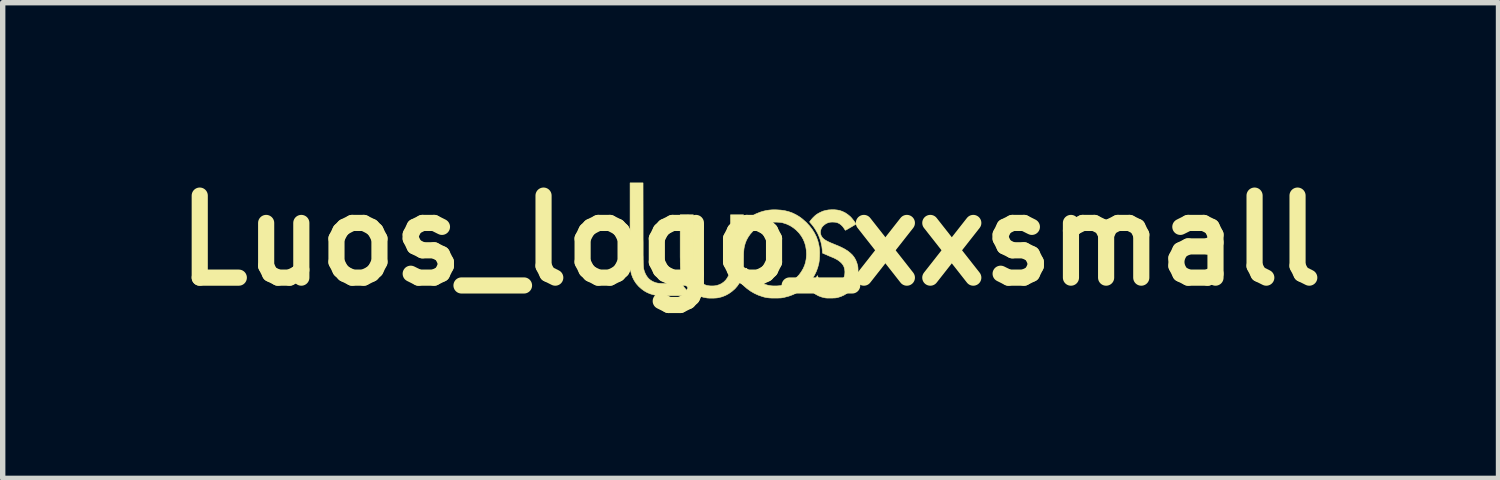
<source format=kicad_pcb>
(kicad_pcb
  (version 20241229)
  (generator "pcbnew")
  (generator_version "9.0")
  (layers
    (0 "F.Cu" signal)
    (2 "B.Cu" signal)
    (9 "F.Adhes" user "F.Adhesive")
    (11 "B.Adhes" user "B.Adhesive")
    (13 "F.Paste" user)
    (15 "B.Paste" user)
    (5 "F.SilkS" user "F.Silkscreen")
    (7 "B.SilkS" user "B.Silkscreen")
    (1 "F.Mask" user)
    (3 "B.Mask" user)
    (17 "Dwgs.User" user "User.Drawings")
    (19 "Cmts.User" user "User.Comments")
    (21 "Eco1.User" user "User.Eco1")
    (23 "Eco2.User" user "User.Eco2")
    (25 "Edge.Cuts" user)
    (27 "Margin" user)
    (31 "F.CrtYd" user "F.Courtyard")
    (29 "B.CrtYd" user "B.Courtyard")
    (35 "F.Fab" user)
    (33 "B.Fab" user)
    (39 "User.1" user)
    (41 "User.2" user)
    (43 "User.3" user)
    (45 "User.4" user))
  (footprint "Luos_logo_xxsmall"
    (layer "F.Cu")
    (at 10.893 1.418)
    (property "Reference" "Luos_logo_xxsmall" (at 0 0 0) (layer "F.SilkS") (effects (font (size 1.524 1.524) (thickness 0.3))))
    (attr through_hole)
    (fp_poly (pts (xy -0.131 -0.397) (xy -0.172 -0.354) (xy -0.216 -0.305) (xy -0.257 -0.252) (xy -0.293 -0.198) (xy -0.296 -0.193) (xy -0.307 -0.174) (xy -0.319 -0.152) (xy -0.331 -0.128) (xy -0.342 -0.105) (xy -0.352 -0.085) (xy -0.359 -0.068) (xy -0.362 -0.058) (xy -0.364 -0.05) (xy -0.366 -0.047) (xy -0.368 -0.047) (xy -0.369 -0.053) (xy -0.37 -0.064) (xy -0.371 -0.081) (xy -0.372 -0.104) (xy -0.372 -0.134) (xy -0.372 -0.171) (xy -0.372 -0.216) (xy -0.373 -0.26) (xy -0.373 -0.478) (xy -0.131 -0.478) (xy -0.131 -0.397)) (stroke (width 0.01) (type solid)) (fill yes) (layer "F.SilkS"))
    (fp_poly (pts (xy -1.997 -0.302) (xy -1.997 -0.205) (xy -1.997 -0.117) (xy -1.997 -0.036) (xy -1.996 0.037) (xy -1.996 0.104) (xy -1.996 0.164) (xy -1.996 0.218) (xy -1.996 0.266) (xy -1.995 0.308) (xy -1.995 0.346) (xy -1.994 0.379) (xy -1.994 0.408) (xy -1.993 0.433) (xy -1.992 0.455) (xy -1.991 0.473) (xy -1.99 0.489) (xy -1.989 0.502) (xy -1.988 0.514) (xy -1.986 0.524) (xy -1.984 0.533) (xy -1.982 0.541) (xy -1.98 0.549) (xy -1.978 0.557) (xy -1.975 0.565) (xy -1.973 0.573) (xy -1.953 0.622) (xy -1.927 0.666) (xy -1.896 0.705) (xy -1.858 0.737) (xy -1.814 0.763) (xy -1.766 0.782) (xy -1.764 0.783) (xy -1.75 0.786) (xy -1.734 0.79) (xy -1.716 0.793) (xy -1.695 0.795) (xy -1.67 0.797) (xy -1.64 0.798) (xy -1.605 0.799) (xy -1.564 0.8) (xy -1.516 0.8) (xy -1.464 0.8) (xy -1.279 0.8) (xy -1.272 0.813) (xy -1.257 0.837) (xy -1.237 0.865) (xy -1.213 0.894) (xy -1.187 0.923) (xy -1.159 0.951) (xy -1.131 0.976) (xy -1.109 0.994) (xy -1.095 1.004) (xy -1.083 1.013) (xy -1.075 1.019) (xy -1.073 1.021) (xy -1.077 1.021) (xy -1.088 1.022) (xy -1.106 1.022) (xy -1.131 1.022) (xy -1.16 1.023) (xy -1.195 1.023) (xy -1.233 1.023) (xy -1.274 1.024) (xy -1.317 1.024) (xy -1.362 1.024) (xy -1.408 1.024) (xy -1.453 1.024) (xy -1.498 1.024) (xy -1.541 1.024) (xy -1.582 1.024) (xy -1.62 1.023) (xy -1.653 1.023) (xy -1.682 1.023) (xy -1.706 1.023) (xy -1.723 1.022) (xy -1.734 1.022) (xy -1.736 1.022) (xy -1.804 1.008) (xy -1.865 0.99) (xy -1.922 0.966) (xy -1.975 0.936) (xy -2.025 0.9) (xy -2.074 0.856) (xy -2.081 0.849) (xy -2.125 0.799) (xy -2.162 0.743) (xy -2.192 0.684) (xy -2.215 0.62) (xy -2.231 0.552) (xy -2.233 0.54) (xy -2.234 0.534) (xy -2.235 0.526) (xy -2.235 0.516) (xy -2.236 0.504) (xy -2.236 0.49) (xy -2.237 0.472) (xy -2.237 0.452) (xy -2.238 0.427) (xy -2.238 0.398) (xy -2.238 0.365) (xy -2.239 0.327) (xy -2.239 0.284) (xy -2.239 0.235) (xy -2.239 0.18) (xy -2.239 0.119) (xy -2.239 0.052) (xy -2.239 -0.023) (xy -2.239 -0.105) (xy -2.239 -0.195) (xy -2.239 -0.287) (xy -2.239 -1.071) (xy -2.119 -1.071) (xy -1.998 -1.071) (xy -1.997 -0.302)) (stroke (width 0.01) (type solid)) (fill yes) (layer "F.SilkS"))
    (fp_poly (pts (xy 1.557 -0.572) (xy 1.608 -0.567) (xy 1.652 -0.559) (xy 1.704 -0.541) (xy 1.756 -0.516) (xy 1.804 -0.484) (xy 1.849 -0.447) (xy 1.872 -0.423) (xy 1.884 -0.409) (xy 1.898 -0.391) (xy 1.913 -0.373) (xy 1.927 -0.354) (xy 1.939 -0.336) (xy 1.948 -0.322) (xy 1.954 -0.311) (xy 1.956 -0.307) (xy 1.952 -0.303) (xy 1.943 -0.296) (xy 1.933 -0.29) (xy 1.923 -0.283) (xy 1.906 -0.274) (xy 1.886 -0.261) (xy 1.863 -0.248) (xy 1.839 -0.234) (xy 1.839 -0.234) (xy 1.816 -0.22) (xy 1.796 -0.209) (xy 1.78 -0.2) (xy 1.768 -0.193) (xy 1.763 -0.191) (xy 1.762 -0.191) (xy 1.758 -0.194) (xy 1.751 -0.203) (xy 1.742 -0.216) (xy 1.738 -0.223) (xy 1.71 -0.262) (xy 1.679 -0.292) (xy 1.646 -0.316) (xy 1.609 -0.332) (xy 1.594 -0.336) (xy 1.574 -0.34) (xy 1.548 -0.342) (xy 1.52 -0.343) (xy 1.493 -0.342) (xy 1.469 -0.339) (xy 1.464 -0.338) (xy 1.431 -0.328) (xy 1.399 -0.313) (xy 1.37 -0.292) (xy 1.344 -0.269) (xy 1.324 -0.244) (xy 1.314 -0.228) (xy 1.302 -0.191) (xy 1.297 -0.155) (xy 1.301 -0.12) (xy 1.312 -0.087) (xy 1.332 -0.056) (xy 1.338 -0.05) (xy 1.354 -0.034) (xy 1.372 -0.019) (xy 1.395 -0.004) (xy 1.422 0.011) (xy 1.454 0.027) (xy 1.494 0.045) (xy 1.524 0.057) (xy 1.547 0.067) (xy 1.574 0.078) (xy 1.601 0.089) (xy 1.617 0.095) (xy 1.686 0.126) (xy 1.747 0.158) (xy 1.802 0.192) (xy 1.849 0.229) (xy 1.85 0.23) (xy 1.89 0.268) (xy 1.923 0.31) (xy 1.95 0.355) (xy 1.971 0.406) (xy 1.988 0.462) (xy 1.99 0.472) (xy 1.993 0.491) (xy 1.995 0.516) (xy 1.996 0.545) (xy 1.996 0.577) (xy 1.995 0.608) (xy 1.993 0.637) (xy 1.99 0.663) (xy 1.988 0.674) (xy 1.973 0.733) (xy 1.952 0.788) (xy 1.924 0.838) (xy 1.89 0.886) (xy 1.847 0.932) (xy 1.838 0.941) (xy 1.789 0.981) (xy 1.735 1.014) (xy 1.677 1.04) (xy 1.623 1.057) (xy 1.607 1.061) (xy 1.592 1.064) (xy 1.576 1.066) (xy 1.558 1.067) (xy 1.535 1.068) (xy 1.506 1.069) (xy 1.499 1.069) (xy 1.458 1.069) (xy 1.426 1.069) (xy 1.4 1.067) (xy 1.384 1.065) (xy 1.321 1.05) (xy 1.262 1.028) (xy 1.207 0.998) (xy 1.158 0.962) (xy 1.114 0.919) (xy 1.098 0.902) (xy 1.074 0.872) (xy 1.097 0.848) (xy 1.108 0.836) (xy 1.117 0.827) (xy 1.122 0.822) (xy 1.122 0.821) (xy 1.129 0.814) (xy 1.14 0.801) (xy 1.153 0.783) (xy 1.168 0.764) (xy 1.183 0.743) (xy 1.197 0.723) (xy 1.209 0.704) (xy 1.213 0.697) (xy 1.242 0.651) (xy 1.251 0.678) (xy 1.261 0.704) (xy 1.271 0.725) (xy 1.283 0.744) (xy 1.29 0.754) (xy 1.32 0.785) (xy 1.355 0.81) (xy 1.395 0.828) (xy 1.44 0.84) (xy 1.488 0.844) (xy 1.492 0.844) (xy 1.526 0.843) (xy 1.554 0.839) (xy 1.582 0.831) (xy 1.611 0.819) (xy 1.613 0.818) (xy 1.639 0.803) (xy 1.665 0.782) (xy 1.69 0.757) (xy 1.711 0.731) (xy 1.721 0.713) (xy 1.739 0.672) (xy 1.749 0.628) (xy 1.752 0.583) (xy 1.748 0.539) (xy 1.737 0.496) (xy 1.728 0.474) (xy 1.709 0.443) (xy 1.683 0.413) (xy 1.649 0.384) (xy 1.609 0.356) (xy 1.564 0.332) (xy 1.534 0.318) (xy 1.516 0.311) (xy 1.493 0.301) (xy 1.466 0.29) (xy 1.438 0.278) (xy 1.414 0.267) (xy 1.336 0.234) (xy 1.333 0.189) (xy 1.323 0.105) (xy 1.305 0.024) (xy 1.28 -0.054) (xy 1.247 -0.13) (xy 1.205 -0.204) (xy 1.194 -0.22) (xy 1.18 -0.241) (xy 1.165 -0.262) (xy 1.15 -0.282) (xy 1.14 -0.294) (xy 1.128 -0.308) (xy 1.116 -0.322) (xy 1.108 -0.332) (xy 1.106 -0.334) (xy 1.096 -0.346) (xy 1.113 -0.371) (xy 1.13 -0.392) (xy 1.151 -0.416) (xy 1.175 -0.44) (xy 1.199 -0.463) (xy 1.219 -0.479) (xy 1.238 -0.492) (xy 1.263 -0.507) (xy 1.29 -0.521) (xy 1.318 -0.534) (xy 1.343 -0.545) (xy 1.352 -0.548) (xy 1.399 -0.56) (xy 1.45 -0.569) (xy 1.504 -0.572) (xy 1.557 -0.572)) (stroke (width 0.01) (type solid)) (fill yes) (layer "F.SilkS"))
    (fp_poly (pts (xy 0.486 -0.57) (xy 0.564 -0.565) (xy 0.637 -0.554) (xy 0.706 -0.537) (xy 0.772 -0.514) (xy 0.837 -0.483) (xy 0.885 -0.455) (xy 0.902 -0.444) (xy 0.916 -0.435) (xy 0.929 -0.426) (xy 0.943 -0.415) (xy 0.96 -0.402) (xy 0.973 -0.391) (xy 1.039 -0.332) (xy 1.096 -0.27) (xy 1.146 -0.205) (xy 1.188 -0.137) (xy 1.223 -0.066) (xy 1.25 0.01) (xy 1.269 0.088) (xy 1.279 0.15) (xy 1.281 0.182) (xy 1.283 0.219) (xy 1.282 0.261) (xy 1.281 0.303) (xy 1.278 0.345) (xy 1.274 0.383) (xy 1.269 0.416) (xy 1.268 0.423) (xy 1.248 0.499) (xy 1.222 0.571) (xy 1.189 0.639) (xy 1.149 0.704) (xy 1.101 0.766) (xy 1.06 0.812) (xy 0.999 0.871) (xy 0.934 0.922) (xy 0.865 0.966) (xy 0.792 1.003) (xy 0.714 1.032) (xy 0.632 1.054) (xy 0.61 1.059) (xy 0.593 1.062) (xy 0.578 1.065) (xy 0.563 1.066) (xy 0.545 1.068) (xy 0.525 1.068) (xy 0.499 1.069) (xy 0.468 1.069) (xy 0.453 1.069) (xy 0.411 1.069) (xy 0.375 1.068) (xy 0.345 1.066) (xy 0.318 1.063) (xy 0.292 1.059) (xy 0.267 1.054) (xy 0.24 1.047) (xy 0.22 1.041) (xy 0.144 1.015) (xy 0.07 0.981) (xy -0.000266 0.94) (xy -0.067 0.892) (xy -0.126 0.841) (xy -0.16 0.808) (xy -0.14 0.765) (xy -0.129 0.742) (xy -0.119 0.715) (xy -0.11 0.69) (xy -0.106 0.679) (xy -0.1 0.654) (xy -0.094 0.626) (xy -0.088 0.597) (xy -0.084 0.569) (xy -0.081 0.544) (xy -0.08 0.529) (xy -0.079 0.517) (xy -0.077 0.513) (xy -0.072 0.517) (xy -0.069 0.524) (xy -0.059 0.542) (xy -0.045 0.564) (xy -0.028 0.588) (xy -0.009 0.613) (xy 0.01 0.637) (xy 0.027 0.655) (xy 0.079 0.705) (xy 0.134 0.747) (xy 0.191 0.782) (xy 0.252 0.809) (xy 0.316 0.829) (xy 0.34 0.834) (xy 0.373 0.84) (xy 0.412 0.843) (xy 0.454 0.844) (xy 0.495 0.843) (xy 0.534 0.84) (xy 0.556 0.837) (xy 0.622 0.821) (xy 0.685 0.798) (xy 0.746 0.767) (xy 0.802 0.73) (xy 0.854 0.686) (xy 0.901 0.637) (xy 0.942 0.581) (xy 0.977 0.521) (xy 0.98 0.514) (xy 1.004 0.459) (xy 1.021 0.403) (xy 1.032 0.344) (xy 1.037 0.28) (xy 1.038 0.25) (xy 1.034 0.176) (xy 1.023 0.106) (xy 1.004 0.04) (xy 0.978 -0.022) (xy 0.944 -0.081) (xy 0.903 -0.136) (xy 0.894 -0.146) (xy 0.844 -0.197) (xy 0.79 -0.24) (xy 0.732 -0.277) (xy 0.669 -0.306) (xy 0.601 -0.328) (xy 0.58 -0.333) (xy 0.559 -0.336) (xy 0.531 -0.339) (xy 0.499 -0.341) (xy 0.466 -0.342) (xy 0.432 -0.342) (xy 0.401 -0.341) (xy 0.374 -0.339) (xy 0.36 -0.337) (xy 0.292 -0.322) (xy 0.229 -0.3) (xy 0.17 -0.272) (xy 0.115 -0.236) (xy 0.063 -0.193) (xy 0.041 -0.172) (xy -0.006 -0.12) (xy -0.045 -0.064) (xy -0.077 -0.006) (xy -0.101 0.057) (xy -0.112 0.099) (xy -0.117 0.118) (xy -0.12 0.136) (xy -0.123 0.155) (xy -0.125 0.175) (xy -0.127 0.198) (xy -0.129 0.225) (xy -0.13 0.256) (xy -0.13 0.292) (xy -0.131 0.335) (xy -0.131 0.38) (xy -0.131 0.423) (xy -0.131 0.459) (xy -0.132 0.488) (xy -0.132 0.512) (xy -0.133 0.532) (xy -0.134 0.549) (xy -0.136 0.564) (xy -0.138 0.579) (xy -0.14 0.593) (xy -0.14 0.594) (xy -0.156 0.663) (xy -0.178 0.727) (xy -0.207 0.787) (xy -0.244 0.842) (xy -0.288 0.893) (xy -0.294 0.899) (xy -0.349 0.947) (xy -0.406 0.987) (xy -0.467 1.02) (xy -0.531 1.045) (xy -0.599 1.062) (xy -0.616 1.065) (xy -0.637 1.067) (xy -0.664 1.069) (xy -0.695 1.07) (xy -0.727 1.07) (xy -0.759 1.07) (xy -0.787 1.069) (xy -0.809 1.067) (xy -0.814 1.066) (xy -0.878 1.054) (xy -0.937 1.035) (xy -0.993 1.009) (xy -1.048 0.976) (xy -1.079 0.954) (xy -1.132 0.91) (xy -1.178 0.859) (xy -1.218 0.804) (xy -1.251 0.745) (xy -1.276 0.682) (xy -1.293 0.62) (xy -1.295 0.608) (xy -1.297 0.597) (xy -1.299 0.584) (xy -1.301 0.57) (xy -1.302 0.554) (xy -1.303 0.536) (xy -1.304 0.514) (xy -1.305 0.49) (xy -1.306 0.461) (xy -1.306 0.429) (xy -1.307 0.391) (xy -1.307 0.348) (xy -1.308 0.299) (xy -1.308 0.244) (xy -1.308 0.182) (xy -1.308 0.112) (xy -1.308 0.035) (xy -1.308 0.007) (xy -1.308 -0.478) (xy -1.063 -0.478) (xy -1.063 -0.000389) (xy -1.063 0.075) (xy -1.063 0.143) (xy -1.062 0.203) (xy -1.062 0.256) (xy -1.062 0.303) (xy -1.062 0.343) (xy -1.062 0.379) (xy -1.061 0.409) (xy -1.061 0.435) (xy -1.06 0.457) (xy -1.06 0.475) (xy -1.059 0.491) (xy -1.058 0.504) (xy -1.057 0.515) (xy -1.056 0.525) (xy -1.056 0.53) (xy -1.047 0.584) (xy -1.034 0.632) (xy -1.018 0.672) (xy -0.999 0.706) (xy -0.994 0.713) (xy -0.958 0.753) (xy -0.918 0.786) (xy -0.873 0.812) (xy -0.824 0.831) (xy -0.802 0.836) (xy -0.771 0.841) (xy -0.736 0.844) (xy -0.699 0.844) (xy -0.663 0.841) (xy -0.633 0.836) (xy -0.584 0.821) (xy -0.538 0.799) (xy -0.498 0.77) (xy -0.462 0.735) (xy -0.433 0.695) (xy -0.409 0.65) (xy -0.394 0.605) (xy -0.389 0.586) (xy -0.386 0.567) (xy -0.382 0.549) (xy -0.38 0.529) (xy -0.378 0.507) (xy -0.377 0.482) (xy -0.376 0.452) (xy -0.375 0.417) (xy -0.375 0.374) (xy -0.374 0.349) (xy -0.374 0.312) (xy -0.374 0.276) (xy -0.373 0.243) (xy -0.372 0.213) (xy -0.372 0.188) (xy -0.371 0.169) (xy -0.37 0.159) (xy -0.36 0.083) (xy -0.341 0.009) (xy -0.315 -0.064) (xy -0.281 -0.134) (xy -0.24 -0.201) (xy -0.192 -0.265) (xy -0.142 -0.319) (xy -0.083 -0.374) (xy -0.024 -0.421) (xy 0.036 -0.461) (xy 0.099 -0.495) (xy 0.166 -0.522) (xy 0.184 -0.529) (xy 0.237 -0.545) (xy 0.288 -0.557) (xy 0.34 -0.565) (xy 0.395 -0.57) (xy 0.454 -0.571) (xy 0.486 -0.57)) (stroke (width 0.01) (type solid)) (fill yes) (layer "F.SilkS")))
  (gr_rect
    (start -3 -3)
    (end 24.786 5.836)
    (stroke (width 0.1) (type default))
    (fill no)
    (layer "Edge.Cuts")))
</source>
